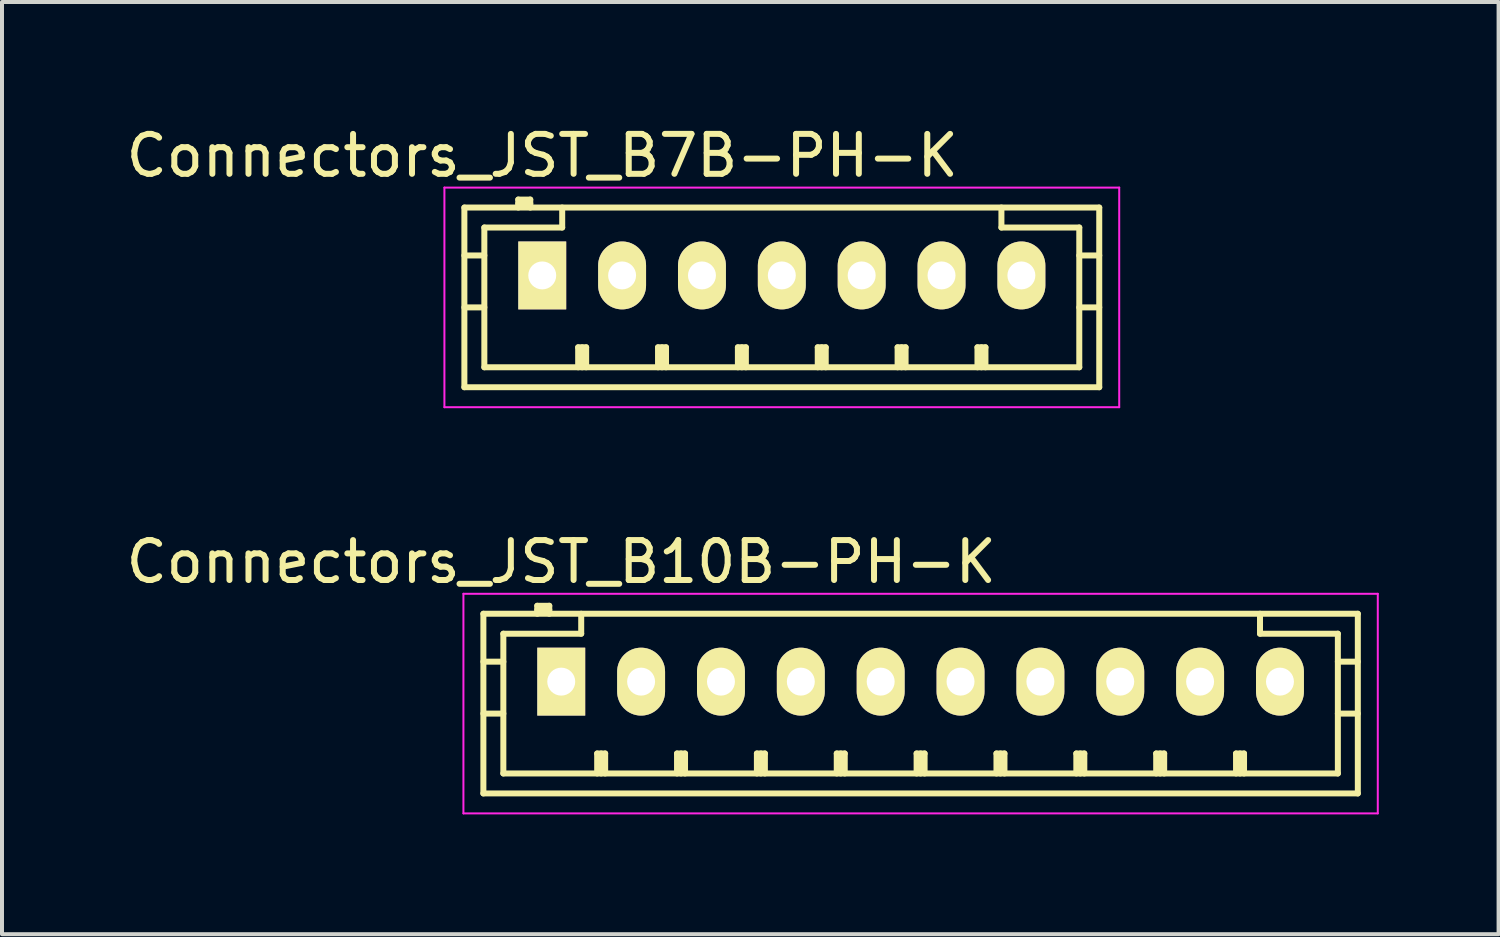
<source format=kicad_pcb>
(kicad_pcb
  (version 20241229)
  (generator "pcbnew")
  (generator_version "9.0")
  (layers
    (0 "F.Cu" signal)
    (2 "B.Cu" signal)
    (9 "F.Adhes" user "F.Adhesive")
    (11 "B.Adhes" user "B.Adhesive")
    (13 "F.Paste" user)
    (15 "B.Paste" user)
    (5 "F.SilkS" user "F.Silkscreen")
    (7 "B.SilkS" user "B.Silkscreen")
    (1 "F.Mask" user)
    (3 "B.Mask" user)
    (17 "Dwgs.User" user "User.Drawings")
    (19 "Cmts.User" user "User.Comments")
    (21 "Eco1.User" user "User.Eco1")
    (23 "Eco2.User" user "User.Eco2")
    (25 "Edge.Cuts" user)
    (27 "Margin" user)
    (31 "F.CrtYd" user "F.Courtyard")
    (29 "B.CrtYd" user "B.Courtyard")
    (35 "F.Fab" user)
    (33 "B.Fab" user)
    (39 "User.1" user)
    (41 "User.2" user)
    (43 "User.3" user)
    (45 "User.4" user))
  (footprint "Connectors_JST_B10B-PH-K"
    (layer "F.Cu")
    (at 11.006 14.021)
    (property "Reference" "Connectors_JST_B10B-PH-K" (at 0 -3 0) (layer "F.SilkS") (effects (font (size 1 1) (thickness 0.15))))
    (attr through_hole)
    (fp_line (start -1.95 -1.7) (end 19.95 -1.7) (stroke (width 0.15) (type solid)) (layer "F.SilkS"))
    (fp_line (start -1.95 -0.5) (end -1.45 -0.5) (stroke (width 0.15) (type solid)) (layer "F.SilkS"))
    (fp_line (start -1.95 0.8) (end -1.45 0.8) (stroke (width 0.15) (type solid)) (layer "F.SilkS"))
    (fp_line (start -1.95 2.8) (end -1.95 -1.7) (stroke (width 0.15) (type solid)) (layer "F.SilkS"))
    (fp_line (start -1.45 -1.2) (end -1.45 2.3) (stroke (width 0.15) (type solid)) (layer "F.SilkS"))
    (fp_line (start -1.45 2.3) (end 19.45 2.3) (stroke (width 0.15) (type solid)) (layer "F.SilkS"))
    (fp_line (start -0.6 -1.9) (end -0.6 -1.7) (stroke (width 0.15) (type solid)) (layer "F.SilkS"))
    (fp_line (start -0.3 -1.9) (end -0.6 -1.9) (stroke (width 0.15) (type solid)) (layer "F.SilkS"))
    (fp_line (start -0.3 -1.8) (end -0.6 -1.8) (stroke (width 0.15) (type solid)) (layer "F.SilkS"))
    (fp_line (start -0.3 -1.7) (end -0.3 -1.9) (stroke (width 0.15) (type solid)) (layer "F.SilkS"))
    (fp_line (start 0.5 -1.7) (end 0.5 -1.2) (stroke (width 0.15) (type solid)) (layer "F.SilkS"))
    (fp_line (start 0.5 -1.2) (end -1.45 -1.2) (stroke (width 0.15) (type solid)) (layer "F.SilkS"))
    (fp_line (start 0.9 1.8) (end 1.1 1.8) (stroke (width 0.15) (type solid)) (layer "F.SilkS"))
    (fp_line (start 0.9 2.3) (end 0.9 1.8) (stroke (width 0.15) (type solid)) (layer "F.SilkS"))
    (fp_line (start 1 2.3) (end 1 1.8) (stroke (width 0.15) (type solid)) (layer "F.SilkS"))
    (fp_line (start 1.1 1.8) (end 1.1 2.3) (stroke (width 0.15) (type solid)) (layer "F.SilkS"))
    (fp_line (start 2.9 1.8) (end 3.1 1.8) (stroke (width 0.15) (type solid)) (layer "F.SilkS"))
    (fp_line (start 2.9 2.3) (end 2.9 1.8) (stroke (width 0.15) (type solid)) (layer "F.SilkS"))
    (fp_line (start 3 2.3) (end 3 1.8) (stroke (width 0.15) (type solid)) (layer "F.SilkS"))
    (fp_line (start 3.1 1.8) (end 3.1 2.3) (stroke (width 0.15) (type solid)) (layer "F.SilkS"))
    (fp_line (start 4.9 1.8) (end 5.1 1.8) (stroke (width 0.15) (type solid)) (layer "F.SilkS"))
    (fp_line (start 4.9 2.3) (end 4.9 1.8) (stroke (width 0.15) (type solid)) (layer "F.SilkS"))
    (fp_line (start 5 2.3) (end 5 1.8) (stroke (width 0.15) (type solid)) (layer "F.SilkS"))
    (fp_line (start 5.1 1.8) (end 5.1 2.3) (stroke (width 0.15) (type solid)) (layer "F.SilkS"))
    (fp_line (start 6.9 1.8) (end 7.1 1.8) (stroke (width 0.15) (type solid)) (layer "F.SilkS"))
    (fp_line (start 6.9 2.3) (end 6.9 1.8) (stroke (width 0.15) (type solid)) (layer "F.SilkS"))
    (fp_line (start 7 2.3) (end 7 1.8) (stroke (width 0.15) (type solid)) (layer "F.SilkS"))
    (fp_line (start 7.1 1.8) (end 7.1 2.3) (stroke (width 0.15) (type solid)) (layer "F.SilkS"))
    (fp_line (start 8.9 1.8) (end 9.1 1.8) (stroke (width 0.15) (type solid)) (layer "F.SilkS"))
    (fp_line (start 8.9 2.3) (end 8.9 1.8) (stroke (width 0.15) (type solid)) (layer "F.SilkS"))
    (fp_line (start 9 2.3) (end 9 1.8) (stroke (width 0.15) (type solid)) (layer "F.SilkS"))
    (fp_line (start 9.1 1.8) (end 9.1 2.3) (stroke (width 0.15) (type solid)) (layer "F.SilkS"))
    (fp_line (start 10.9 1.8) (end 11.1 1.8) (stroke (width 0.15) (type solid)) (layer "F.SilkS"))
    (fp_line (start 10.9 2.3) (end 10.9 1.8) (stroke (width 0.15) (type solid)) (layer "F.SilkS"))
    (fp_line (start 11 2.3) (end 11 1.8) (stroke (width 0.15) (type solid)) (layer "F.SilkS"))
    (fp_line (start 11.1 1.8) (end 11.1 2.3) (stroke (width 0.15) (type solid)) (layer "F.SilkS"))
    (fp_line (start 12.9 1.8) (end 13.1 1.8) (stroke (width 0.15) (type solid)) (layer "F.SilkS"))
    (fp_line (start 12.9 2.3) (end 12.9 1.8) (stroke (width 0.15) (type solid)) (layer "F.SilkS"))
    (fp_line (start 13 2.3) (end 13 1.8) (stroke (width 0.15) (type solid)) (layer "F.SilkS"))
    (fp_line (start 13.1 1.8) (end 13.1 2.3) (stroke (width 0.15) (type solid)) (layer "F.SilkS"))
    (fp_line (start 14.9 1.8) (end 15.1 1.8) (stroke (width 0.15) (type solid)) (layer "F.SilkS"))
    (fp_line (start 14.9 2.3) (end 14.9 1.8) (stroke (width 0.15) (type solid)) (layer "F.SilkS"))
    (fp_line (start 15 2.3) (end 15 1.8) (stroke (width 0.15) (type solid)) (layer "F.SilkS"))
    (fp_line (start 15.1 1.8) (end 15.1 2.3) (stroke (width 0.15) (type solid)) (layer "F.SilkS"))
    (fp_line (start 16.9 1.8) (end 17.1 1.8) (stroke (width 0.15) (type solid)) (layer "F.SilkS"))
    (fp_line (start 16.9 2.3) (end 16.9 1.8) (stroke (width 0.15) (type solid)) (layer "F.SilkS"))
    (fp_line (start 17 2.3) (end 17 1.8) (stroke (width 0.15) (type solid)) (layer "F.SilkS"))
    (fp_line (start 17.1 1.8) (end 17.1 2.3) (stroke (width 0.15) (type solid)) (layer "F.SilkS"))
    (fp_line (start 17.5 -1.2) (end 17.5 -1.7) (stroke (width 0.15) (type solid)) (layer "F.SilkS"))
    (fp_line (start 19.45 -1.2) (end 17.5 -1.2) (stroke (width 0.15) (type solid)) (layer "F.SilkS"))
    (fp_line (start 19.45 -0.5) (end 19.95 -0.5) (stroke (width 0.15) (type solid)) (layer "F.SilkS"))
    (fp_line (start 19.45 0.8) (end 19.95 0.8) (stroke (width 0.15) (type solid)) (layer "F.SilkS"))
    (fp_line (start 19.45 2.3) (end 19.45 -1.2) (stroke (width 0.15) (type solid)) (layer "F.SilkS"))
    (fp_line (start 19.95 -1.7) (end 19.95 2.8) (stroke (width 0.15) (type solid)) (layer "F.SilkS"))
    (fp_line (start 19.95 2.8) (end -1.95 2.8) (stroke (width 0.15) (type solid)) (layer "F.SilkS"))
    (fp_line (start -2.45 -2.2) (end 20.45 -2.2) (stroke (width 0.05) (type solid)) (layer "F.CrtYd"))
    (fp_line (start -2.45 3.3) (end -2.45 -2.2) (stroke (width 0.05) (type solid)) (layer "F.CrtYd"))
    (fp_line (start 20.45 -2.2) (end 20.45 3.3) (stroke (width 0.05) (type solid)) (layer "F.CrtYd"))
    (fp_line (start 20.45 3.3) (end -2.45 3.3) (stroke (width 0.05) (type solid)) (layer "F.CrtYd"))
    (pad "1" thru_hole rect (at 0 0) (size 1.2 1.7) (drill 0.7) (layers "*.Cu" "*.Mask" "F.SilkS"))
    (pad "2" thru_hole oval (at 2 0) (size 1.2 1.7) (drill 0.7) (layers "*.Cu" "*.Mask" "F.SilkS"))
    (pad "3" thru_hole oval (at 4 0) (size 1.2 1.7) (drill 0.7) (layers "*.Cu" "*.Mask" "F.SilkS"))
    (pad "4" thru_hole oval (at 6 0) (size 1.2 1.7) (drill 0.7) (layers "*.Cu" "*.Mask" "F.SilkS"))
    (pad "5" thru_hole oval (at 8 0) (size 1.2 1.7) (drill 0.7) (layers "*.Cu" "*.Mask" "F.SilkS"))
    (pad "6" thru_hole oval (at 10 0) (size 1.2 1.7) (drill 0.7) (layers "*.Cu" "*.Mask" "F.SilkS"))
    (pad "7" thru_hole oval (at 12 0) (size 1.2 1.7) (drill 0.7) (layers "*.Cu" "*.Mask" "F.SilkS"))
    (pad "8" thru_hole oval (at 14 0) (size 1.2 1.7) (drill 0.7) (layers "*.Cu" "*.Mask" "F.SilkS"))
    (pad "9" thru_hole oval (at 16 0) (size 1.2 1.7) (drill 0.7) (layers "*.Cu" "*.Mask" "F.SilkS"))
    (pad "10" thru_hole oval (at 18 0) (size 1.2 1.7) (drill 0.7) (layers "*.Cu" "*.Mask" "F.SilkS")))
  (footprint "Connectors_JST_B7B-PH-K"
    (layer "F.Cu")
    (at 10.53 3.848)
    (property "Reference" "Connectors_JST_B7B-PH-K" (at 0 -3 0) (layer "F.SilkS") (effects (font (size 1 1) (thickness 0.15))))
    (attr through_hole)
    (fp_line (start -1.95 -1.7) (end 13.95 -1.7) (stroke (width 0.15) (type solid)) (layer "F.SilkS"))
    (fp_line (start -1.95 -0.5) (end -1.45 -0.5) (stroke (width 0.15) (type solid)) (layer "F.SilkS"))
    (fp_line (start -1.95 0.8) (end -1.45 0.8) (stroke (width 0.15) (type solid)) (layer "F.SilkS"))
    (fp_line (start -1.95 2.8) (end -1.95 -1.7) (stroke (width 0.15) (type solid)) (layer "F.SilkS"))
    (fp_line (start -1.45 -1.2) (end -1.45 2.3) (stroke (width 0.15) (type solid)) (layer "F.SilkS"))
    (fp_line (start -1.45 2.3) (end 13.45 2.3) (stroke (width 0.15) (type solid)) (layer "F.SilkS"))
    (fp_line (start -0.6 -1.9) (end -0.6 -1.7) (stroke (width 0.15) (type solid)) (layer "F.SilkS"))
    (fp_line (start -0.3 -1.9) (end -0.6 -1.9) (stroke (width 0.15) (type solid)) (layer "F.SilkS"))
    (fp_line (start -0.3 -1.8) (end -0.6 -1.8) (stroke (width 0.15) (type solid)) (layer "F.SilkS"))
    (fp_line (start -0.3 -1.7) (end -0.3 -1.9) (stroke (width 0.15) (type solid)) (layer "F.SilkS"))
    (fp_line (start 0.5 -1.7) (end 0.5 -1.2) (stroke (width 0.15) (type solid)) (layer "F.SilkS"))
    (fp_line (start 0.5 -1.2) (end -1.45 -1.2) (stroke (width 0.15) (type solid)) (layer "F.SilkS"))
    (fp_line (start 0.9 1.8) (end 1.1 1.8) (stroke (width 0.15) (type solid)) (layer "F.SilkS"))
    (fp_line (start 0.9 2.3) (end 0.9 1.8) (stroke (width 0.15) (type solid)) (layer "F.SilkS"))
    (fp_line (start 1 2.3) (end 1 1.8) (stroke (width 0.15) (type solid)) (layer "F.SilkS"))
    (fp_line (start 1.1 1.8) (end 1.1 2.3) (stroke (width 0.15) (type solid)) (layer "F.SilkS"))
    (fp_line (start 2.9 1.8) (end 3.1 1.8) (stroke (width 0.15) (type solid)) (layer "F.SilkS"))
    (fp_line (start 2.9 2.3) (end 2.9 1.8) (stroke (width 0.15) (type solid)) (layer "F.SilkS"))
    (fp_line (start 3 2.3) (end 3 1.8) (stroke (width 0.15) (type solid)) (layer "F.SilkS"))
    (fp_line (start 3.1 1.8) (end 3.1 2.3) (stroke (width 0.15) (type solid)) (layer "F.SilkS"))
    (fp_line (start 4.9 1.8) (end 5.1 1.8) (stroke (width 0.15) (type solid)) (layer "F.SilkS"))
    (fp_line (start 4.9 2.3) (end 4.9 1.8) (stroke (width 0.15) (type solid)) (layer "F.SilkS"))
    (fp_line (start 5 2.3) (end 5 1.8) (stroke (width 0.15) (type solid)) (layer "F.SilkS"))
    (fp_line (start 5.1 1.8) (end 5.1 2.3) (stroke (width 0.15) (type solid)) (layer "F.SilkS"))
    (fp_line (start 6.9 1.8) (end 7.1 1.8) (stroke (width 0.15) (type solid)) (layer "F.SilkS"))
    (fp_line (start 6.9 2.3) (end 6.9 1.8) (stroke (width 0.15) (type solid)) (layer "F.SilkS"))
    (fp_line (start 7 2.3) (end 7 1.8) (stroke (width 0.15) (type solid)) (layer "F.SilkS"))
    (fp_line (start 7.1 1.8) (end 7.1 2.3) (stroke (width 0.15) (type solid)) (layer "F.SilkS"))
    (fp_line (start 8.9 1.8) (end 9.1 1.8) (stroke (width 0.15) (type solid)) (layer "F.SilkS"))
    (fp_line (start 8.9 2.3) (end 8.9 1.8) (stroke (width 0.15) (type solid)) (layer "F.SilkS"))
    (fp_line (start 9 2.3) (end 9 1.8) (stroke (width 0.15) (type solid)) (layer "F.SilkS"))
    (fp_line (start 9.1 1.8) (end 9.1 2.3) (stroke (width 0.15) (type solid)) (layer "F.SilkS"))
    (fp_line (start 10.9 1.8) (end 11.1 1.8) (stroke (width 0.15) (type solid)) (layer "F.SilkS"))
    (fp_line (start 10.9 2.3) (end 10.9 1.8) (stroke (width 0.15) (type solid)) (layer "F.SilkS"))
    (fp_line (start 11 2.3) (end 11 1.8) (stroke (width 0.15) (type solid)) (layer "F.SilkS"))
    (fp_line (start 11.1 1.8) (end 11.1 2.3) (stroke (width 0.15) (type solid)) (layer "F.SilkS"))
    (fp_line (start 11.5 -1.2) (end 11.5 -1.7) (stroke (width 0.15) (type solid)) (layer "F.SilkS"))
    (fp_line (start 13.45 -1.2) (end 11.5 -1.2) (stroke (width 0.15) (type solid)) (layer "F.SilkS"))
    (fp_line (start 13.45 -0.5) (end 13.95 -0.5) (stroke (width 0.15) (type solid)) (layer "F.SilkS"))
    (fp_line (start 13.45 0.8) (end 13.95 0.8) (stroke (width 0.15) (type solid)) (layer "F.SilkS"))
    (fp_line (start 13.45 2.3) (end 13.45 -1.2) (stroke (width 0.15) (type solid)) (layer "F.SilkS"))
    (fp_line (start 13.95 -1.7) (end 13.95 2.8) (stroke (width 0.15) (type solid)) (layer "F.SilkS"))
    (fp_line (start 13.95 2.8) (end -1.95 2.8) (stroke (width 0.15) (type solid)) (layer "F.SilkS"))
    (fp_line (start -2.45 -2.2) (end 14.45 -2.2) (stroke (width 0.05) (type solid)) (layer "F.CrtYd"))
    (fp_line (start -2.45 3.3) (end -2.45 -2.2) (stroke (width 0.05) (type solid)) (layer "F.CrtYd"))
    (fp_line (start 14.45 -2.2) (end 14.45 3.3) (stroke (width 0.05) (type solid)) (layer "F.CrtYd"))
    (fp_line (start 14.45 3.3) (end -2.45 3.3) (stroke (width 0.05) (type solid)) (layer "F.CrtYd"))
    (pad "1" thru_hole rect (at 0 0) (size 1.2 1.7) (drill 0.7) (layers "*.Cu" "*.Mask" "F.SilkS"))
    (pad "2" thru_hole oval (at 2 0) (size 1.2 1.7) (drill 0.7) (layers "*.Cu" "*.Mask" "F.SilkS"))
    (pad "3" thru_hole oval (at 4 0) (size 1.2 1.7) (drill 0.7) (layers "*.Cu" "*.Mask" "F.SilkS"))
    (pad "4" thru_hole oval (at 6 0) (size 1.2 1.7) (drill 0.7) (layers "*.Cu" "*.Mask" "F.SilkS"))
    (pad "5" thru_hole oval (at 8 0) (size 1.2 1.7) (drill 0.7) (layers "*.Cu" "*.Mask" "F.SilkS"))
    (pad "6" thru_hole oval (at 10 0) (size 1.2 1.7) (drill 0.7) (layers "*.Cu" "*.Mask" "F.SilkS"))
    (pad "7" thru_hole oval (at 12 0) (size 1.2 1.7) (drill 0.7) (layers "*.Cu" "*.Mask" "F.SilkS")))
  (gr_rect
    (start -3 -3)
    (end 34.481 20.346)
    (stroke (width 0.1) (type default))
    (fill no)
    (layer "Edge.Cuts")))
</source>
